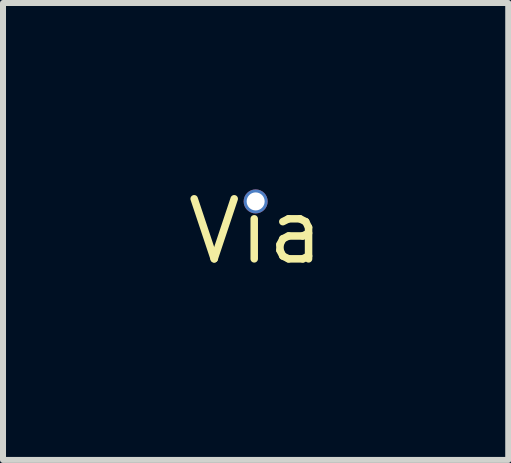
<source format=kicad_pcb>
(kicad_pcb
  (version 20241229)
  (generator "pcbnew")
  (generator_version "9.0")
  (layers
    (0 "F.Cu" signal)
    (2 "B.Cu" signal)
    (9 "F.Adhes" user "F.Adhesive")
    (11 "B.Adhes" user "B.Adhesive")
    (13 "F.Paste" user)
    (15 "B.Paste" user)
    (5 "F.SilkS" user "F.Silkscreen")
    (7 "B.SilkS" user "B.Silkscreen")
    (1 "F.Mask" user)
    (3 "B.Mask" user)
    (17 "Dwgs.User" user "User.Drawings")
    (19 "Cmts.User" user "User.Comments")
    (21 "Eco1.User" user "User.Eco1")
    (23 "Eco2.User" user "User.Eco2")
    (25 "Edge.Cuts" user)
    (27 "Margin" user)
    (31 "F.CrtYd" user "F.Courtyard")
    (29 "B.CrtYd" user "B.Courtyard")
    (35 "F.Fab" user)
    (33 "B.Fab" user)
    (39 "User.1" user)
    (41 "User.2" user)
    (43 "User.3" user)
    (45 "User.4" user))
  (footprint "Via"
    (layer "F.Cu")
    (at 1.207 0.304)
    (property "Reference" "Via" (at 0 0.5 0) (layer "F.SilkS") (effects (font (size 1 1) (thickness 0.000001))))
    (attr through_hole)
    (pad "1" thru_hole circle (at 0 0) (size 0.4 0.4) (drill 0.3) (layers "*.Cu")))
  (gr_rect
    (start -3 -3)
    (end 5.413 4.609)
    (stroke (width 0.1) (type default))
    (fill no)
    (layer "Edge.Cuts")))
</source>
